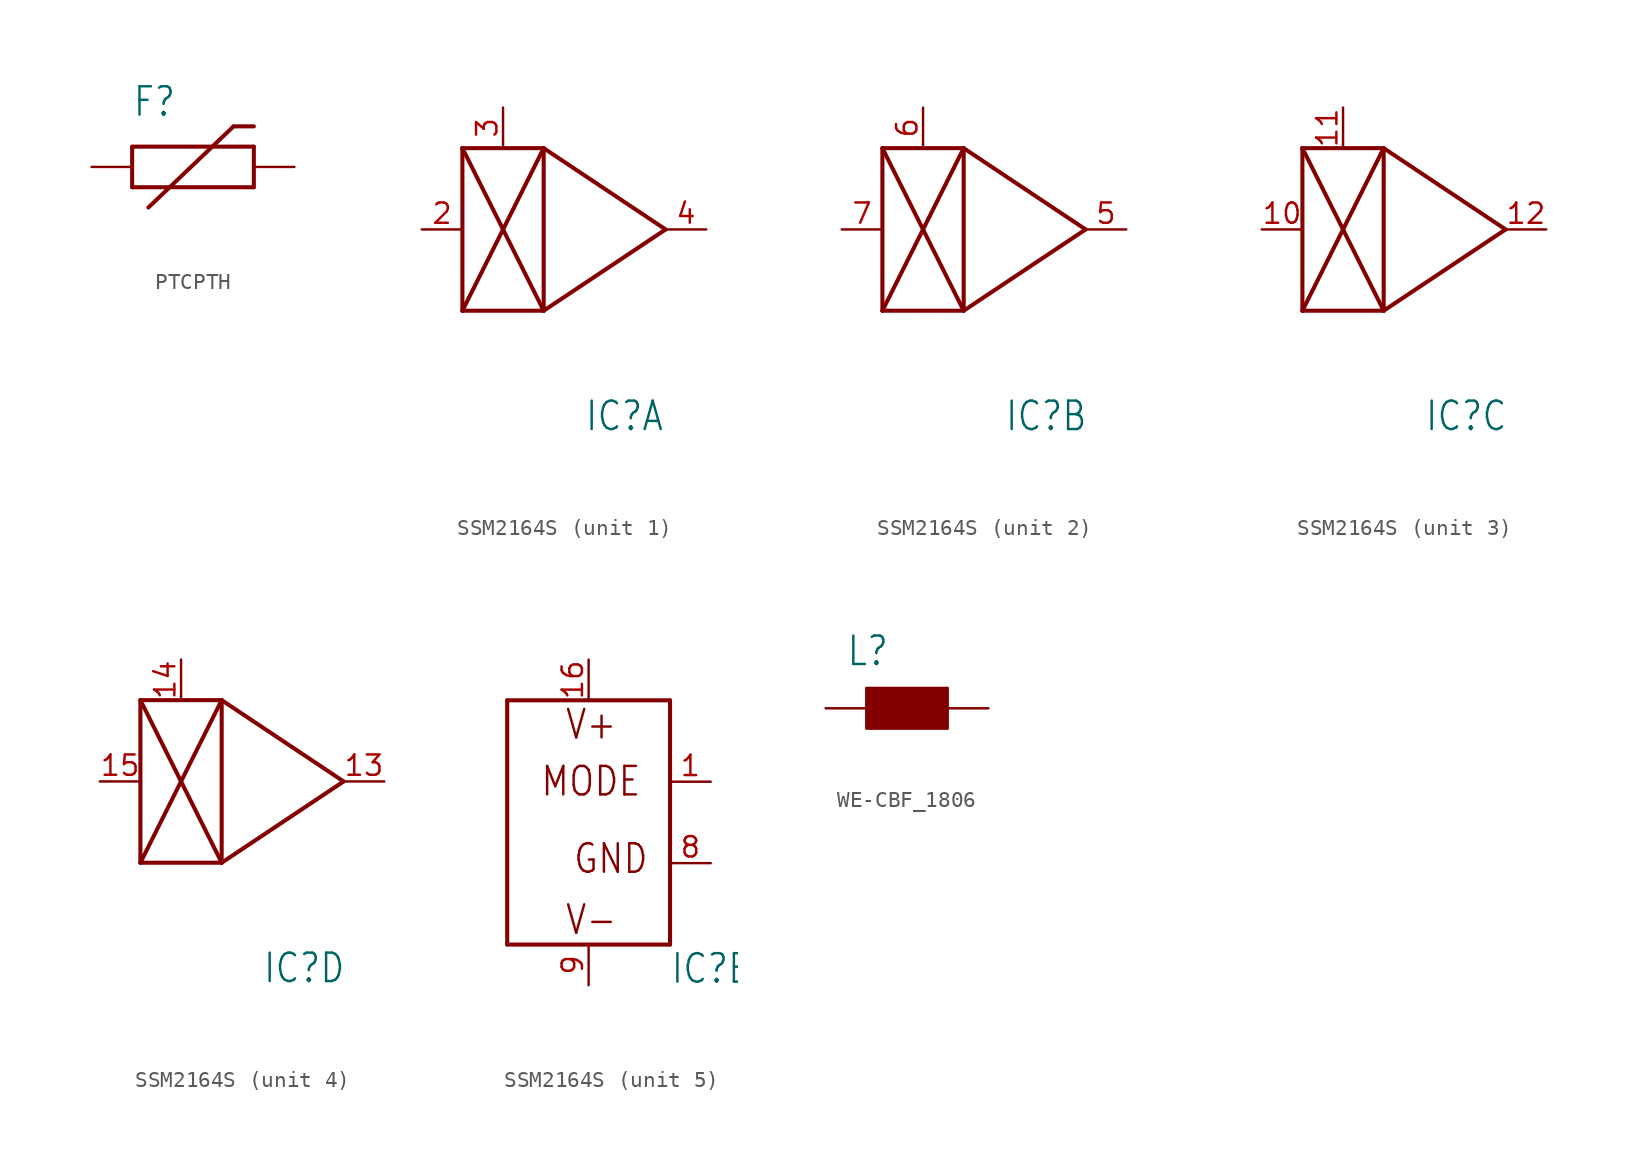
<source format=kicad_sym>
(kicad_symbol_lib
  (version 20220914)
  (generator kicad_symbol_editor)
  (symbol "PTCPTH"
    (property "Reference" "F"
      (at -2.54 3.048 0)
      (effects (font (size 1.778 1.511)) (justify left bottom)))
    (property "Value" ""
      (at -3.302 -5.08 0)
      (effects (font (size 1.778 1.511)) (justify left bottom)))
    (property "ki_locked" ""
      (at 0 0 0)
      (effects (font (size 1.27 1.27))))
    (symbol "PTCPTH_1_0"
      (polyline (pts (xy -2.54 -1.27) (xy -2.54 1.27)) (stroke (width 0.254) (type solid)) (fill (type none)))
      (polyline (pts (xy -2.54 1.27) (xy 5.08 1.27)) (stroke (width 0.254) (type solid)) (fill (type none)))
      (polyline (pts (xy -1.524 -2.54) (xy 3.81 2.54)) (stroke (width 0.254) (type solid)) (fill (type none)))
      (polyline (pts (xy 3.81 2.54) (xy 5.08 2.54)) (stroke (width 0.254) (type solid)) (fill (type none)))
      (polyline (pts (xy 5.08 -1.27) (xy -2.54 -1.27)) (stroke (width 0.254) (type solid)) (fill (type none)))
      (polyline (pts (xy 5.08 1.27) (xy 5.08 -1.27)) (stroke (width 0.254) (type solid)) (fill (type none)))
      (pin bidirectional line (at -5.08 0 0) (length 2.54) (name "1" (effects (font (size 0 0)))) (number "P$1" (effects (font (size 0 0)))))
      (pin bidirectional line (at 7.62 0 180) (length 2.54) (name "2" (effects (font (size 0 0)))) (number "P$2" (effects (font (size 0 0)))))))
  (symbol "SSM2164S"
    (property "Reference" "IC"
      (at 5.08 -12.7 0)
      (effects (font (size 1.778 1.511)) (justify left bottom)))
    (property "Value" ""
      (at 5.08 -15.24 0)
      (effects (font (size 1.778 1.511)) (justify left bottom)))
    (property "ki_locked" ""
      (at 0 0 0)
      (effects (font (size 1.27 1.27))))
    (symbol "SSM2164S_1_0"
      (polyline (pts (xy -2.54 -5.08) (xy 2.54 -5.08)) (stroke (width 0.254) (type solid)) (fill (type none)))
      (polyline (pts (xy -2.54 -5.08) (xy 2.54 5.08)) (stroke (width 0.254) (type solid)) (fill (type none)))
      (polyline (pts (xy -2.54 5.08) (xy -2.54 -5.08)) (stroke (width 0.254) (type solid)) (fill (type none)))
      (polyline (pts (xy -2.54 5.08) (xy 2.54 -5.08)) (stroke (width 0.254) (type solid)) (fill (type none)))
      (polyline (pts (xy 2.54 -5.08) (xy 2.54 5.08)) (stroke (width 0.254) (type solid)) (fill (type none)))
      (polyline (pts (xy 2.54 5.08) (xy -2.54 5.08)) (stroke (width 0.254) (type solid)) (fill (type none)))
      (polyline (pts (xy 2.54 5.08) (xy 10.16 0)) (stroke (width 0.254) (type solid)) (fill (type none)))
      (polyline (pts (xy 10.16 0) (xy 2.54 -5.08)) (stroke (width 0.254) (type solid)) (fill (type none)))
      (pin input line (at -5.08 0 0) (length 2.54) (name "IN" (effects (font (size 0 0)))) (number "2" (effects (font (size 1.27 1.27)))))
      (pin input line (at 0 7.62 270) (length 2.54) (name "CTRL" (effects (font (size 0 0)))) (number "3" (effects (font (size 1.27 1.27)))))
      (pin output line (at 12.7 0 180) (length 2.54) (name "OUT" (effects (font (size 0 0)))) (number "4" (effects (font (size 1.27 1.27))))))
    (symbol "SSM2164S_2_0"
      (polyline (pts (xy -2.54 -5.08) (xy 2.54 -5.08)) (stroke (width 0.254) (type solid)) (fill (type none)))
      (polyline (pts (xy -2.54 -5.08) (xy 2.54 5.08)) (stroke (width 0.254) (type solid)) (fill (type none)))
      (polyline (pts (xy -2.54 5.08) (xy -2.54 -5.08)) (stroke (width 0.254) (type solid)) (fill (type none)))
      (polyline (pts (xy -2.54 5.08) (xy 2.54 -5.08)) (stroke (width 0.254) (type solid)) (fill (type none)))
      (polyline (pts (xy 2.54 -5.08) (xy 2.54 5.08)) (stroke (width 0.254) (type solid)) (fill (type none)))
      (polyline (pts (xy 2.54 5.08) (xy -2.54 5.08)) (stroke (width 0.254) (type solid)) (fill (type none)))
      (polyline (pts (xy 2.54 5.08) (xy 10.16 0)) (stroke (width 0.254) (type solid)) (fill (type none)))
      (polyline (pts (xy 10.16 0) (xy 2.54 -5.08)) (stroke (width 0.254) (type solid)) (fill (type none)))
      (pin output line (at 12.7 0 180) (length 2.54) (name "OUT" (effects (font (size 0 0)))) (number "5" (effects (font (size 1.27 1.27)))))
      (pin input line (at 0 7.62 270) (length 2.54) (name "CTRL" (effects (font (size 0 0)))) (number "6" (effects (font (size 1.27 1.27)))))
      (pin input line (at -5.08 0 0) (length 2.54) (name "IN" (effects (font (size 0 0)))) (number "7" (effects (font (size 1.27 1.27))))))
    (symbol "SSM2164S_3_0"
      (polyline (pts (xy -2.54 -5.08) (xy 2.54 -5.08)) (stroke (width 0.254) (type solid)) (fill (type none)))
      (polyline (pts (xy -2.54 -5.08) (xy 2.54 5.08)) (stroke (width 0.254) (type solid)) (fill (type none)))
      (polyline (pts (xy -2.54 5.08) (xy -2.54 -5.08)) (stroke (width 0.254) (type solid)) (fill (type none)))
      (polyline (pts (xy -2.54 5.08) (xy 2.54 -5.08)) (stroke (width 0.254) (type solid)) (fill (type none)))
      (polyline (pts (xy 2.54 -5.08) (xy 2.54 5.08)) (stroke (width 0.254) (type solid)) (fill (type none)))
      (polyline (pts (xy 2.54 5.08) (xy -2.54 5.08)) (stroke (width 0.254) (type solid)) (fill (type none)))
      (polyline (pts (xy 2.54 5.08) (xy 10.16 0)) (stroke (width 0.254) (type solid)) (fill (type none)))
      (polyline (pts (xy 10.16 0) (xy 2.54 -5.08)) (stroke (width 0.254) (type solid)) (fill (type none)))
      (pin input line (at -5.08 0 0) (length 2.54) (name "IN" (effects (font (size 0 0)))) (number "10" (effects (font (size 1.27 1.27)))))
      (pin input line (at 0 7.62 270) (length 2.54) (name "CTRL" (effects (font (size 0 0)))) (number "11" (effects (font (size 1.27 1.27)))))
      (pin output line (at 12.7 0 180) (length 2.54) (name "OUT" (effects (font (size 0 0)))) (number "12" (effects (font (size 1.27 1.27))))))
    (symbol "SSM2164S_4_0"
      (polyline (pts (xy -2.54 -5.08) (xy 2.54 -5.08)) (stroke (width 0.254) (type solid)) (fill (type none)))
      (polyline (pts (xy -2.54 -5.08) (xy 2.54 5.08)) (stroke (width 0.254) (type solid)) (fill (type none)))
      (polyline (pts (xy -2.54 5.08) (xy -2.54 -5.08)) (stroke (width 0.254) (type solid)) (fill (type none)))
      (polyline (pts (xy -2.54 5.08) (xy 2.54 -5.08)) (stroke (width 0.254) (type solid)) (fill (type none)))
      (polyline (pts (xy 2.54 -5.08) (xy 2.54 5.08)) (stroke (width 0.254) (type solid)) (fill (type none)))
      (polyline (pts (xy 2.54 5.08) (xy -2.54 5.08)) (stroke (width 0.254) (type solid)) (fill (type none)))
      (polyline (pts (xy 2.54 5.08) (xy 10.16 0)) (stroke (width 0.254) (type solid)) (fill (type none)))
      (polyline (pts (xy 10.16 0) (xy 2.54 -5.08)) (stroke (width 0.254) (type solid)) (fill (type none)))
      (pin output line (at 12.7 0 180) (length 2.54) (name "OUT" (effects (font (size 0 0)))) (number "13" (effects (font (size 1.27 1.27)))))
      (pin input line (at 0 7.62 270) (length 2.54) (name "CTRL" (effects (font (size 0 0)))) (number "14" (effects (font (size 1.27 1.27)))))
      (pin input line (at -5.08 0 0) (length 2.54) (name "IN" (effects (font (size 0 0)))) (number "15" (effects (font (size 1.27 1.27))))))
    (symbol "SSM2164S_5_0"
      (polyline (pts (xy -5.08 -10.16) (xy -5.08 5.08)) (stroke (width 0.254) (type solid)) (fill (type none)))
      (polyline (pts (xy -5.08 5.08) (xy 5.08 5.08)) (stroke (width 0.254) (type solid)) (fill (type none)))
      (polyline (pts (xy 5.08 -10.16) (xy -5.08 -10.16)) (stroke (width 0.254) (type solid)) (fill (type none)))
      (polyline (pts (xy 5.08 5.08) (xy 5.08 -10.16)) (stroke (width 0.254) (type solid)) (fill (type none)))
      (text "GND" (at -1.016 -5.842 0) (effects (font (size 1.778 1.511)) (justify left bottom)))
      (text "MODE" (at -3.048 -1.016 0) (effects (font (size 1.778 1.511)) (justify left bottom)))
      (text "V+" (at -1.524 2.54 0) (effects (font (size 1.778 1.511)) (justify left bottom)))
      (text "V-" (at -1.524 -9.652 0) (effects (font (size 1.778 1.511)) (justify left bottom)))
      (pin input line (at 7.62 0 180) (length 2.54) (name "MODE" (effects (font (size 0 0)))) (number "1" (effects (font (size 1.27 1.27)))))
      (pin power_in line (at 0 7.62 270) (length 2.54) (name "V+" (effects (font (size 0 0)))) (number "16" (effects (font (size 1.27 1.27)))))
      (pin power_in line (at 7.62 -5.08 180) (length 2.54) (name "GND" (effects (font (size 0 0)))) (number "8" (effects (font (size 1.27 1.27)))))
      (pin power_in line (at 0 -12.7 90) (length 2.54) (name "V-" (effects (font (size 0 0)))) (number "9" (effects (font (size 1.27 1.27)))))))
  (symbol "WE-CBF_1806"
    (property "Reference" "L"
      (at -3.81 5.08 0)
      (effects (font (size 1.778 1.511)) (justify left bottom)))
    (property "Value" ""
      (at -3.81 -1.27 0)
      (effects (font (size 1.778 1.511)) (justify left bottom)))
    (property "ki_locked" ""
      (at 0 0 0)
      (effects (font (size 1.27 1.27))))
    (symbol "WE-CBF_1806_1_0"
      (rectangle (start -2.54 1.27) (end 2.54 3.81) (stroke (width 0) (type default)) (fill (type outline)))
      (pin passive line (at -5.08 2.54 0) (length 2.54) (name "1" (effects (font (size 0 0)))) (number "1" (effects (font (size 0 0)))))
      (pin passive line (at 5.08 2.54 180) (length 2.54) (name "2" (effects (font (size 0 0)))) (number "2" (effects (font (size 0 0))))))))
</source>
